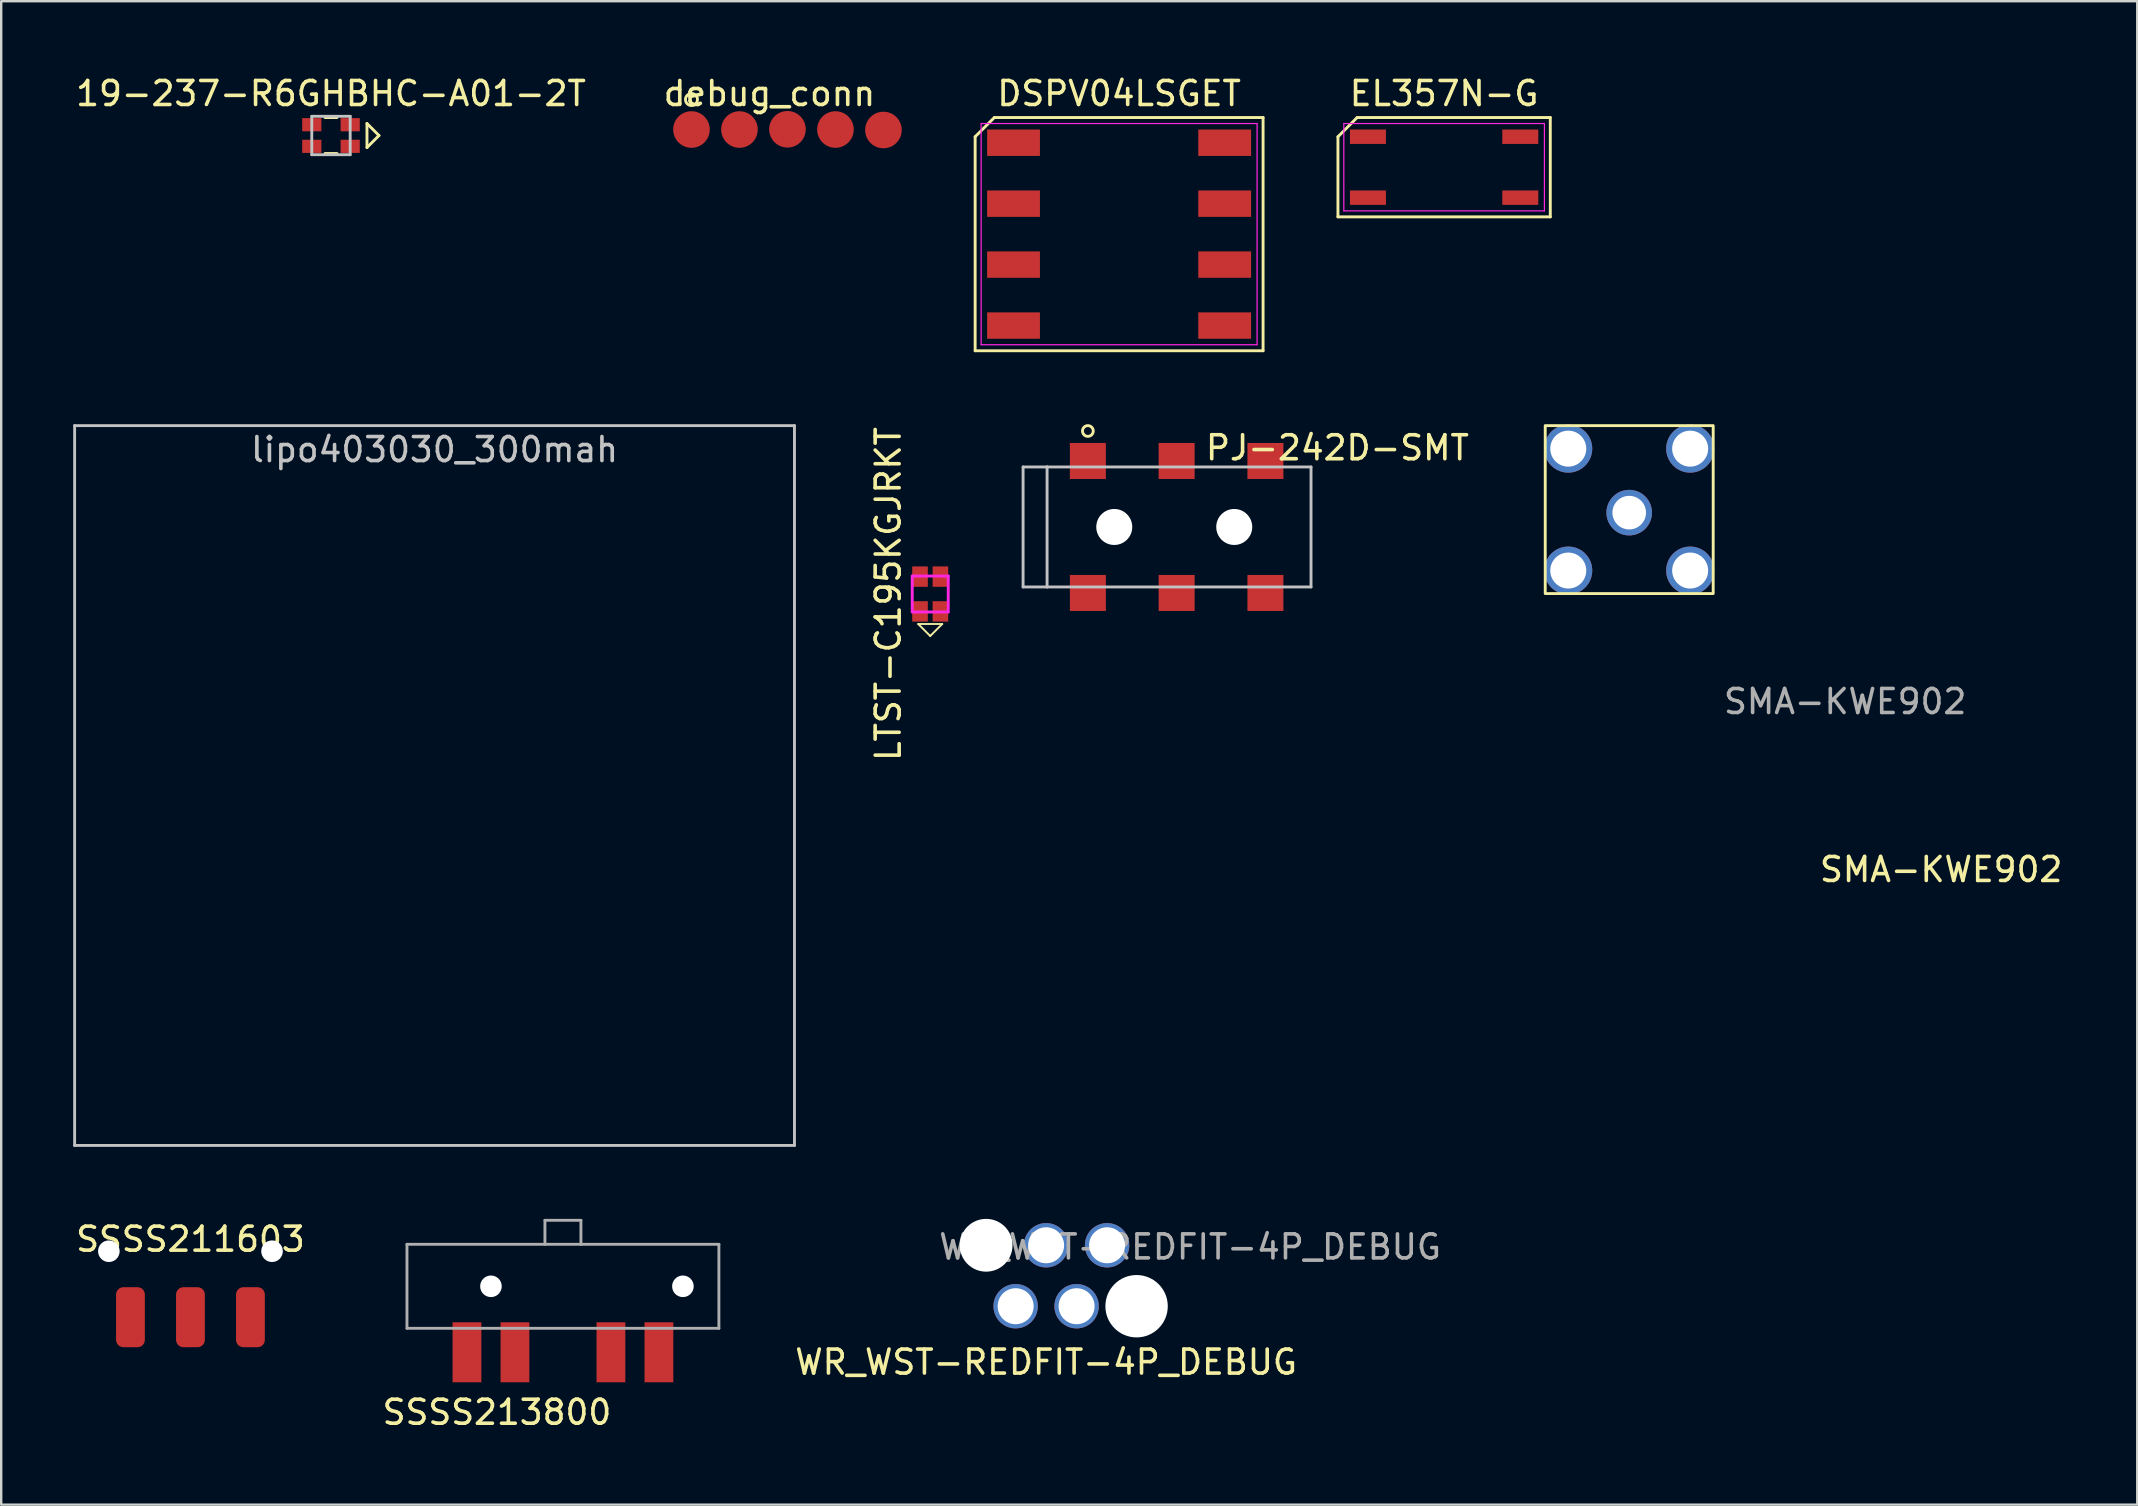
<source format=kicad_pcb>
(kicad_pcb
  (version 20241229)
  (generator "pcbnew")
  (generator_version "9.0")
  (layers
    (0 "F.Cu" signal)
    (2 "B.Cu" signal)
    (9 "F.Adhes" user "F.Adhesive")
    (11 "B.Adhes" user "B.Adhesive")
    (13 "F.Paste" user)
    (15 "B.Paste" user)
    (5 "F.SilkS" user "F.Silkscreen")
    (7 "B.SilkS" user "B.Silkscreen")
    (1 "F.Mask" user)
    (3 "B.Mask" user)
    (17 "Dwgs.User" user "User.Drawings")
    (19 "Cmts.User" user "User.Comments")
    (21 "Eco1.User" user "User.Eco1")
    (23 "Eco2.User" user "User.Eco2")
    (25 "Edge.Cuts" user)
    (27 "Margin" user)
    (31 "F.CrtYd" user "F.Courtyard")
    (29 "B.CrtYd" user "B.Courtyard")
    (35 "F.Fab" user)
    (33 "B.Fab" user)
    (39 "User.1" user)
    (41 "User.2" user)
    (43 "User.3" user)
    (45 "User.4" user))
  (footprint "EL357N-G"
    (layer "F.Cu")
    (at 57.135 3.918)
    (property "Reference" "EL357N-G" (at 0 -3.07 0) (layer "F.SilkS") (effects (font (size 1 1) (thickness 0.15))))
    (attr smd)
    (fp_line (start -4.425 -1.27) (end -3.625 -2.07) (stroke (width 0.12) (type solid)) (layer "F.SilkS"))
    (fp_line (start -4.425 2.07) (end -4.425 -1.27) (stroke (width 0.12) (type solid)) (layer "F.SilkS"))
    (fp_line (start -3.625 -2.07) (end 4.425 -2.07) (stroke (width 0.12) (type solid)) (layer "F.SilkS"))
    (fp_line (start 4.425 -2.07) (end 4.425 2.07) (stroke (width 0.12) (type solid)) (layer "F.SilkS"))
    (fp_line (start 4.425 2.07) (end -4.425 2.07) (stroke (width 0.12) (type solid)) (layer "F.SilkS"))
    (fp_line (start -4.18 -1.82) (end 4.18 -1.82) (stroke (width 0.05) (type solid)) (layer "F.CrtYd"))
    (fp_line (start -4.18 1.82) (end -4.18 -1.82) (stroke (width 0.05) (type solid)) (layer "F.CrtYd"))
    (fp_line (start 4.18 -1.82) (end 4.18 1.82) (stroke (width 0.05) (type solid)) (layer "F.CrtYd"))
    (fp_line (start 4.18 1.82) (end -4.18 1.82) (stroke (width 0.05) (type solid)) (layer "F.CrtYd"))
    (pad "1" smd rect (at -3.175 -1.27 270) (size 0.6 1.5) (layers "F.Cu" "F.Mask" "F.Paste"))
    (pad "2" smd rect (at -3.175 1.27 270) (size 0.6 1.5) (layers "F.Cu" "F.Mask" "F.Paste"))
    (pad "3" smd rect (at 3.175 1.27 270) (size 0.6 1.5) (layers "F.Cu" "F.Mask" "F.Paste"))
    (pad "4" smd rect (at 3.175 -1.27 270) (size 0.6 1.5) (layers "F.Cu" "F.Mask" "F.Paste")))
  (footprint "WR_WST-REDFIT-4P_DEBUG"
    (layer "F.Cu")
    (at 40.548 50.118)
    (property "Reference" "WR_WST-REDFIT-4P_DEBUG" (at 0 3.6 0) (unlocked yes) (layer "F.SilkS") (effects (font (size 1 1) (thickness 0.15))))
    (attr through_hole)
    (fp_text user "${REFERENCE}" (at 6 -1.2 0) (unlocked yes) (layer "F.Fab") (effects (font (size 1 1) (thickness 0.15))))
    (pad "" np_thru_hole circle (at -2.5 -1.27) (size 2.2 2.2) (drill 2.2) (layers "*.Cu" "*.Mask"))
    (pad "" np_thru_hole circle (at 3.77 1.27) (size 2.6 2.6) (drill 2.6) (layers "*.Cu" "*.Mask"))
    (pad "1" thru_hole circle (at 2.54 -1.27) (size 1.85 1.85) (drill 1.5) (layers "*.Cu" "*.Mask"))
    (pad "2" thru_hole circle (at 0 -1.27) (size 1.85 1.85) (drill 1.5) (layers "*.Cu" "*.Mask"))
    (pad "3" thru_hole circle (at -1.27 1.27) (size 1.85 1.85) (drill 1.5) (layers "*.Cu" "*.Mask"))
    (pad "4" thru_hole circle (at 1.27 1.27) (size 1.85 1.85) (drill 1.5) (layers "*.Cu" "*.Mask")))
  (footprint "LTST-C195KGJRKT"
    (layer "F.Cu")
    (at 35.718 21.706)
    (property "Reference" "LTST-C195KGJRKT" (at -1.75 0 90) (layer "F.SilkS") (effects (font (size 1 1) (thickness 0.15))))
    (attr through_hole)
    (fp_line (start -0.5 1.25) (end 0.5 1.25) (stroke (width 0.08) (type solid)) (layer "F.SilkS"))
    (fp_line (start 0 1.75) (end -0.5 1.25) (stroke (width 0.08) (type solid)) (layer "F.SilkS"))
    (fp_line (start 0.5 1.25) (end 0 1.75) (stroke (width 0.08) (type solid)) (layer "F.SilkS"))
    (fp_line (start -0.75 -0.75) (end 0.75 -0.75) (stroke (width 0.12) (type solid)) (layer "F.CrtYd"))
    (fp_line (start -0.75 0.75) (end -0.75 -0.75) (stroke (width 0.12) (type solid)) (layer "F.CrtYd"))
    (fp_line (start 0.75 -0.75) (end 0.75 0.75) (stroke (width 0.12) (type solid)) (layer "F.CrtYd"))
    (fp_line (start 0.75 0.75) (end -0.75 0.75) (stroke (width 0.12) (type solid)) (layer "F.CrtYd"))
    (pad "1" smd rect (at 0.425 -0.725) (size 0.65 0.85) (layers "F.Cu" "F.Mask" "F.Paste"))
    (pad "2" smd rect (at -0.425 -0.725) (size 0.65 0.85) (layers "F.Cu" "F.Mask" "F.Paste"))
    (pad "3" smd rect (at 0.425 0.725) (size 0.65 0.85) (layers "F.Cu" "F.Mask" "F.Paste"))
    (pad "4" smd rect (at -0.425 0.725) (size 0.65 0.85) (layers "F.Cu" "F.Mask" "F.Paste")))
  (footprint "SMA-KWE902"
    (layer "F.Cu")
    (at 64.849 18.188)
    (property "Reference" "SMA-KWE902" (at 13 15 0) (unlocked yes) (layer "F.SilkS") (effects (font (size 1 1) (thickness 0.15))))
    (attr through_hole)
    (fp_rect (start -3.5 -3.5) (end 3.5 3.5) (stroke (width 0.12) (type default)) (fill no) (layer "F.SilkS"))
    (fp_text user "${REFERENCE}" (at 9 8 0) (unlocked yes) (layer "F.Fab") (effects (font (size 1 1) (thickness 0.15))))
    (pad "1" thru_hole circle (at 0 0.127) (size 1.9 1.9) (drill 1.4) (layers "*.Cu" "*.Mask"))
    (pad "2" thru_hole circle (at -2.54 -2.54) (size 2 2) (drill 1.5) (layers "*.Cu" "*.Mask"))
    (pad "2" thru_hole circle (at -2.54 2.54) (size 2 2) (drill 1.5) (layers "*.Cu" "*.Mask"))
    (pad "2" thru_hole circle (at 2.54 -2.54) (size 2 2) (drill 1.5) (layers "*.Cu" "*.Mask"))
    (pad "2" thru_hole circle (at 2.54 2.54) (size 2 2) (drill 1.5) (layers "*.Cu" "*.Mask")))
  (footprint "SSSS211603"
    (layer "F.Cu")
    (at 4.887 49.096)
    (property "Reference" "SSSS211603" (at 0 -0.5 0) (unlocked yes) (layer "F.SilkS") (effects (font (size 1 1) (thickness 0.15))))
    (attr smd)
    (pad "" np_thru_hole circle (at -3.4 0 180) (size 0.9 0.9) (drill 0.9) (layers "*.Cu" "*.Mask"))
    (pad "" np_thru_hole circle (at 3.4 0 180) (size 0.9 0.9) (drill 0.9) (layers "*.Cu" "*.Mask"))
    (pad "1" smd roundrect (at -2.5 2.75 180) (size 1.2 2.5) (layers "F.Cu" "F.Mask" "F.Paste") (roundrect_rratio 0.25))
    (pad "2" smd roundrect (at 0 2.75 180) (size 1.2 2.5) (layers "F.Cu" "F.Mask" "F.Paste") (roundrect_rratio 0.25))
    (pad "3" smd roundrect (at 2.5 2.75 180) (size 1.2 2.5) (layers "F.Cu" "F.Mask" "F.Paste") (roundrect_rratio 0.25)))
  (footprint "debug_conn"
    (layer "F.Cu")
    (at 29.768 2.348)
    (property "Reference" "debug_conn" (at -0.75 -1.5 0) (layer "F.SilkS") (effects (font (size 1 1) (thickness 0.15))))
    (attr through_hole)
    (fp_circle (center -4 -1.25) (end -4 -1) (stroke (width 0.12) (type solid)) (fill no) (layer "F.SilkS"))
    (pad "1" smd circle (at -4 0) (size 1.524 1.524) (layers "F.Cu" "F.Mask" "F.Paste"))
    (pad "2" smd circle (at -2 0) (size 1.524 1.524) (layers "F.Cu" "F.Mask" "F.Paste"))
    (pad "3" smd circle (at 0 -0.01) (size 1.524 1.524) (layers "F.Cu" "F.Mask" "F.Paste"))
    (pad "4" smd circle (at 2 0) (size 1.524 1.524) (layers "F.Cu" "F.Mask" "F.Paste"))
    (pad "5" smd circle (at 4 0.02) (size 1.524 1.524) (layers "F.Cu" "F.Mask" "F.Paste")))
  (footprint "SSSS213800"
    (layer "F.Cu")
    (at 20.411 50.558)
    (property "Reference" "SSSS213800" (at -2.75 5.25 0) (layer "F.SilkS") (effects (font (size 1 1) (thickness 0.15))))
    (attr through_hole)
    (fp_line (start -6.5 -1.75) (end -6.5 1.75) (stroke (width 0.12) (type solid)) (layer "F.Fab"))
    (fp_line (start -6.5 -1.75) (end 6.5 -1.75) (stroke (width 0.12) (type solid)) (layer "F.Fab"))
    (fp_line (start -6.5 1.75) (end 6.5 1.75) (stroke (width 0.12) (type solid)) (layer "F.Fab"))
    (fp_line (start -0.75 -2.75) (end 0.75 -2.75) (stroke (width 0.12) (type solid)) (layer "F.Fab"))
    (fp_line (start -0.75 -1.75) (end -0.75 -2.75) (stroke (width 0.12) (type solid)) (layer "F.Fab"))
    (fp_line (start 0.75 -2.75) (end 0.75 -1.75) (stroke (width 0.12) (type solid)) (layer "F.Fab"))
    (fp_line (start 6.5 -1.75) (end 6.5 1.75) (stroke (width 0.12) (type solid)) (layer "F.Fab"))
    (pad "" np_thru_hole circle (at -3 0) (size 0.9 0.9) (drill 0.9) (layers "*.Cu" "*.Mask"))
    (pad "" np_thru_hole circle (at 5 0) (size 0.9 0.9) (drill 0.9) (layers "*.Cu" "*.Mask"))
    (pad "1" smd rect (at -4 2.75) (size 1.2 2.5) (layers "F.Cu" "F.Mask" "F.Paste"))
    (pad "2" smd rect (at -2 2.75) (size 1.2 2.5) (layers "F.Cu" "F.Mask" "F.Paste"))
    (pad "3" smd rect (at 2 2.75) (size 1.2 2.5) (layers "F.Cu" "F.Mask" "F.Paste"))
    (pad "4" smd rect (at 4 2.75) (size 1.2 2.5) (layers "F.Cu" "F.Mask" "F.Paste")))
  (footprint "DSPV04LSGET"
    (layer "F.Cu")
    (at 43.59 6.708)
    (property "Reference" "DSPV04LSGET" (at 0 -5.86 0) (layer "F.SilkS") (effects (font (size 1 1) (thickness 0.15))))
    (attr smd)
    (fp_line (start -6 -4.06) (end -5.2 -4.86) (stroke (width 0.12) (type solid)) (layer "F.SilkS"))
    (fp_line (start -6 4.86) (end -6 -4.06) (stroke (width 0.12) (type solid)) (layer "F.SilkS"))
    (fp_line (start -5.2 -4.86) (end 6 -4.86) (stroke (width 0.12) (type solid)) (layer "F.SilkS"))
    (fp_line (start 6 -4.86) (end 6 4.86) (stroke (width 0.12) (type solid)) (layer "F.SilkS"))
    (fp_line (start 6 4.86) (end -6 4.86) (stroke (width 0.12) (type solid)) (layer "F.SilkS"))
    (fp_line (start -5.75 -4.61) (end 5.75 -4.61) (stroke (width 0.05) (type solid)) (layer "F.CrtYd"))
    (fp_line (start -5.75 4.61) (end -5.75 -4.61) (stroke (width 0.05) (type solid)) (layer "F.CrtYd"))
    (fp_line (start 5.75 -4.61) (end 5.75 4.61) (stroke (width 0.05) (type solid)) (layer "F.CrtYd"))
    (fp_line (start 5.75 4.61) (end -5.75 4.61) (stroke (width 0.05) (type solid)) (layer "F.CrtYd"))
    (pad "1" smd rect (at -4.4 -3.81 270) (size 1.1 2.2) (layers "F.Cu" "F.Mask" "F.Paste"))
    (pad "2" smd rect (at -4.4 -1.27 270) (size 1.1 2.2) (layers "F.Cu" "F.Mask" "F.Paste"))
    (pad "3" smd rect (at -4.4 1.27 270) (size 1.1 2.2) (layers "F.Cu" "F.Mask" "F.Paste"))
    (pad "4" smd rect (at -4.4 3.81 270) (size 1.1 2.2) (layers "F.Cu" "F.Mask" "F.Paste"))
    (pad "5" smd rect (at 4.4 3.81 270) (size 1.1 2.2) (layers "F.Cu" "F.Mask" "F.Paste"))
    (pad "6" smd rect (at 4.4 1.27 270) (size 1.1 2.2) (layers "F.Cu" "F.Mask" "F.Paste"))
    (pad "7" smd rect (at 4.4 -1.27 270) (size 1.1 2.2) (layers "F.Cu" "F.Mask" "F.Paste"))
    (pad "8" smd rect (at 4.4 -3.81 270) (size 1.1 2.2) (layers "F.Cu" "F.Mask" "F.Paste")))
  (footprint "lipo403030_300mah"
    (layer "F.Cu")
    (at 15.06 29.688)
    (property "Reference" "lipo403030_300mah" (at 0 -14 0) (layer "Dwgs.User") (effects (font (size 1 1) (thickness 0.15))))
    (attr through_hole)
    (fp_line (start -15 -15) (end 15 -15) (stroke (width 0.12) (type solid)) (layer "Dwgs.User"))
    (fp_line (start -15 15) (end -15 -15) (stroke (width 0.12) (type solid)) (layer "Dwgs.User"))
    (fp_line (start 15 -15) (end 15 15) (stroke (width 0.12) (type solid)) (layer "Dwgs.User"))
    (fp_line (start 15 15) (end -15 15) (stroke (width 0.12) (type solid)) (layer "Dwgs.User")))
  (footprint "PJ-242D-SMT"
    (layer "F.Cu")
    (at 40.588 18.912)
    (property "Reference" "PJ-242D-SMT" (at 12.1 -3.3 0) (layer "F.SilkS") (effects (font (size 1 1) (thickness 0.15))))
    (attr through_hole)
    (fp_circle (center 1.7 -4) (end 1.924 -4) (stroke (width 0.12) (type solid)) (fill no) (layer "F.SilkS"))
    (fp_line (start -1 -2.5) (end -1 2.5) (stroke (width 0.12) (type solid)) (layer "Dwgs.User"))
    (fp_line (start -1 2.5) (end 0 2.5) (stroke (width 0.12) (type solid)) (layer "Dwgs.User"))
    (fp_line (start 0 -2.5) (end -1 -2.5) (stroke (width 0.12) (type solid)) (layer "Dwgs.User"))
    (fp_line (start 0 -2.5) (end 11 -2.5) (stroke (width 0.12) (type solid)) (layer "Dwgs.User"))
    (fp_line (start 0 2.5) (end 0 -2.5) (stroke (width 0.12) (type solid)) (layer "Dwgs.User"))
    (fp_line (start 11 -2.5) (end 11 2.5) (stroke (width 0.12) (type solid)) (layer "Dwgs.User"))
    (fp_line (start 11 2.5) (end 0 2.5) (stroke (width 0.12) (type solid)) (layer "Dwgs.User"))
    (pad "" np_thru_hole circle (at 2.8 0) (size 1.5 1.5) (drill 1.5) (layers "*.Cu" "*.Mask"))
    (pad "" np_thru_hole circle (at 7.8 0) (size 1.5 1.5) (drill 1.5) (layers "*.Cu" "*.Mask"))
    (pad "G" smd rect (at 1.7 -2.75) (size 1.5 1.5) (layers "F.Cu" "F.Mask" "F.Paste"))
    (pad "G" smd rect (at 1.7 2.75) (size 1.5 1.5) (layers "F.Cu" "F.Mask" "F.Paste"))
    (pad "S" smd rect (at 5.4 -2.75) (size 1.5 1.5) (layers "F.Cu" "F.Mask" "F.Paste"))
    (pad "SN" smd rect (at 9.1 -2.75) (size 1.5 1.5) (layers "F.Cu" "F.Mask" "F.Paste"))
    (pad "T" smd rect (at 5.4 2.75) (size 1.5 1.5) (layers "F.Cu" "F.Mask" "F.Paste"))
    (pad "TN" smd rect (at 9.1 2.75) (size 1.5 1.5) (layers "F.Cu" "F.Mask" "F.Paste")))
  (footprint "19-237-R6GHBHC-A01-2T"
    (layer "F.Cu")
    (at 10.744 2.598)
    (property "Reference" "19-237-R6GHBHC-A01-2T" (at 0 -1.75 0) (layer "F.SilkS") (effects (font (size 1 1) (thickness 0.15))))
    (attr smd)
    (fp_line (start -0.25 -0.75) (end 0.25 -0.75) (stroke (width 0.12) (type solid)) (layer "F.SilkS"))
    (fp_line (start -0.25 0.75) (end 0.25 0.75) (stroke (width 0.12) (type solid)) (layer "F.SilkS"))
    (fp_line (start 1.5 -0.5) (end 1.5 0.5) (stroke (width 0.12) (type solid)) (layer "F.SilkS"))
    (fp_line (start 1.5 0.5) (end 2 0) (stroke (width 0.12) (type solid)) (layer "F.SilkS"))
    (fp_line (start 2 0) (end 1.5 -0.5) (stroke (width 0.12) (type solid)) (layer "F.SilkS"))
    (fp_line (start -0.8 -0.8) (end -0.8 0.8) (stroke (width 0.12) (type solid)) (layer "Dwgs.User"))
    (fp_line (start -0.8 0.8) (end 0.8 0.8) (stroke (width 0.12) (type solid)) (layer "Dwgs.User"))
    (fp_line (start 0.8 -0.8) (end -0.8 -0.8) (stroke (width 0.12) (type solid)) (layer "Dwgs.User"))
    (fp_line (start 0.8 0.8) (end 0.8 -0.8) (stroke (width 0.12) (type solid)) (layer "Dwgs.User"))
    (pad "1" smd rect (at -0.8 0.45) (size 0.8 0.55) (layers "F.Cu" "F.Mask" "F.Paste"))
    (pad "2" smd rect (at -0.8 -0.45) (size 0.8 0.55) (layers "F.Cu" "F.Mask" "F.Paste"))
    (pad "3" smd rect (at 0.8 -0.45) (size 0.8 0.55) (layers "F.Cu" "F.Mask" "F.Paste"))
    (pad "4" smd rect (at 0.8 0.45) (size 0.8 0.55) (layers "F.Cu" "F.Mask" "F.Paste")))
  (gr_rect
    (start -3 -3)
    (end 86.022 59.657)
    (stroke (width 0.1) (type default))
    (fill no)
    (layer "Edge.Cuts")))
</source>
